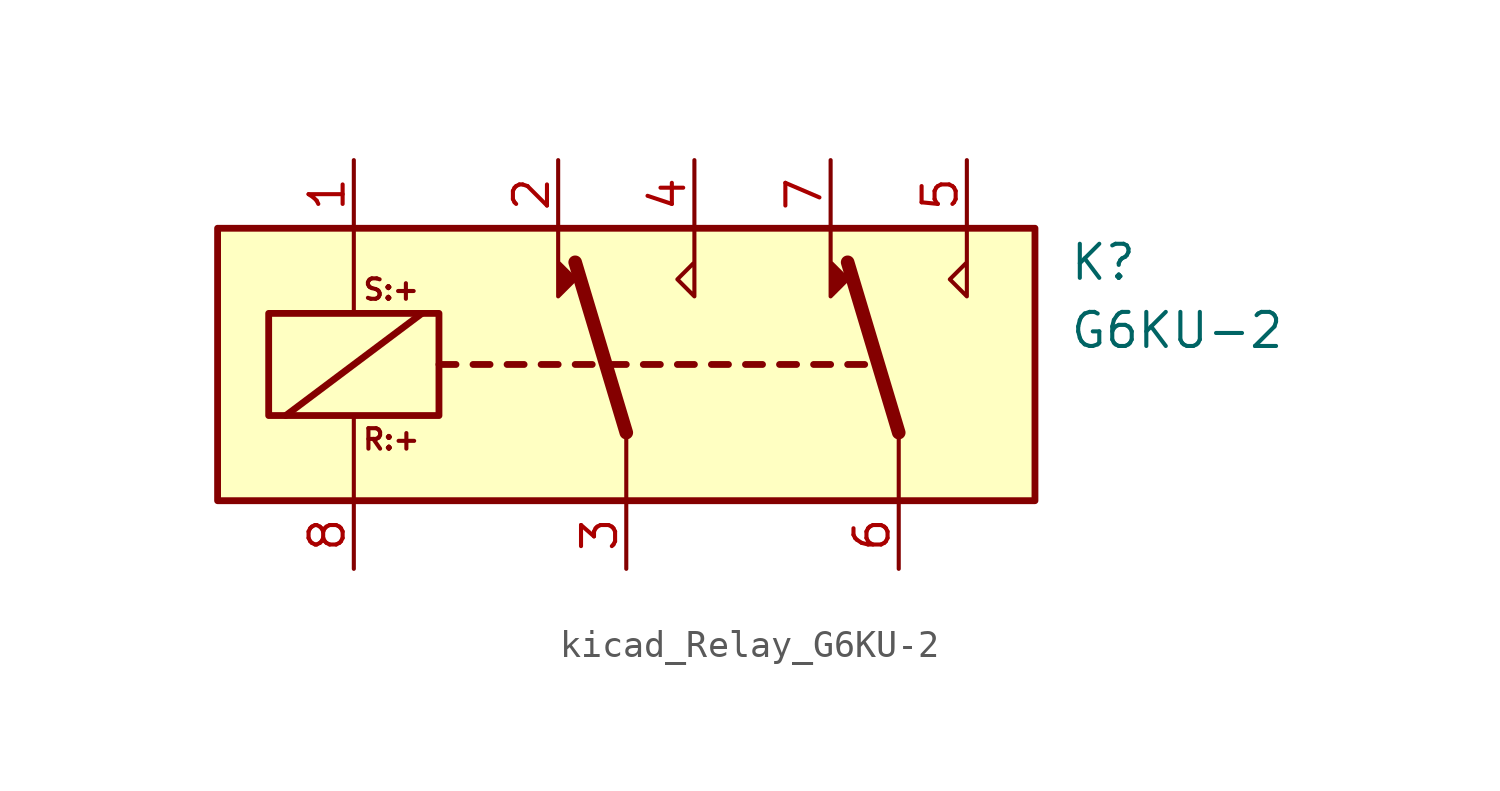
<source format=kicad_sym>
(kicad_symbol_lib
  (version 20220914)
  (generator kicad_symbol_editor)
  (symbol "kicad_Relay_G6KU-2"
    (property "Reference" "K"
      (at 16.51 3.81 0)
      (effects (font (size 1.27 1.27)) (justify left)))
    (property "Value" "G6KU-2"
      (at 16.51 1.27 0)
      (effects (font (size 1.27 1.27)) (justify left)))
    (symbol "kicad_Relay_G6KU-2_0_0"
      (text "R:+" (at -8.763 -2.794 0) (effects (font (size 0.762 0.762))))
      (text "S:+" (at -8.763 2.794 0) (effects (font (size 0.762 0.762)))))
    (symbol "kicad_Relay_G6KU-2_0_1"
      (rectangle (start -15.24 5.08) (end 15.24 -5.08) (stroke (width 0.254) (type default)) (fill (type background)))
      (rectangle (start -13.335 1.905) (end -6.985 -1.905) (stroke (width 0.254) (type default)) (fill (type none)))
      (polyline (pts (xy -12.7 -1.905) (xy -7.62 1.905)) (stroke (width 0.254) (type default)) (fill (type none)))
      (polyline (pts (xy -10.16 -5.08) (xy -10.16 -1.905)) (stroke (width 0) (type default)) (fill (type none)))
      (polyline (pts (xy -10.16 5.08) (xy -10.16 1.905)) (stroke (width 0) (type default)) (fill (type none)))
      (polyline (pts (xy -6.985 0) (xy -6.35 0)) (stroke (width 0.254) (type default)) (fill (type none)))
      (polyline (pts (xy -5.715 0) (xy -5.08 0)) (stroke (width 0.254) (type default)) (fill (type none)))
      (polyline (pts (xy -4.445 0) (xy -3.81 0)) (stroke (width 0.254) (type default)) (fill (type none)))
      (polyline (pts (xy -3.175 0) (xy -2.54 0)) (stroke (width 0.254) (type default)) (fill (type none)))
      (polyline (pts (xy -1.905 0) (xy -1.27 0)) (stroke (width 0.254) (type default)) (fill (type none)))
      (polyline (pts (xy -0.635 0) (xy 0 0)) (stroke (width 0.254) (type default)) (fill (type none)))
      (polyline (pts (xy 0 -2.54) (xy -1.905 3.81)) (stroke (width 0.508) (type default)) (fill (type none)))
      (polyline (pts (xy 0 -2.54) (xy 0 -5.08)) (stroke (width 0) (type default)) (fill (type none)))
      (polyline (pts (xy 0.635 0) (xy 1.27 0)) (stroke (width 0.254) (type default)) (fill (type none)))
      (polyline (pts (xy 1.905 0) (xy 2.54 0)) (stroke (width 0.254) (type default)) (fill (type none)))
      (polyline (pts (xy 3.175 0) (xy 3.81 0)) (stroke (width 0.254) (type default)) (fill (type none)))
      (polyline (pts (xy 4.445 0) (xy 5.08 0)) (stroke (width 0.254) (type default)) (fill (type none)))
      (polyline (pts (xy 5.715 0) (xy 6.35 0)) (stroke (width 0.254) (type default)) (fill (type none)))
      (polyline (pts (xy 6.985 0) (xy 7.62 0)) (stroke (width 0.254) (type default)) (fill (type none)))
      (polyline (pts (xy 8.255 0) (xy 8.89 0)) (stroke (width 0.254) (type default)) (fill (type none)))
      (polyline (pts (xy 10.16 -2.54) (xy 8.255 3.81)) (stroke (width 0.508) (type default)) (fill (type none)))
      (polyline (pts (xy 10.16 -2.54) (xy 10.16 -5.08)) (stroke (width 0) (type default)) (fill (type none)))
      (polyline (pts (xy -2.54 5.08) (xy -2.54 2.54) (xy -1.905 3.175) (xy -2.54 3.81)) (stroke (width 0) (type default)) (fill (type outline)))
      (polyline (pts (xy 2.54 5.08) (xy 2.54 2.54) (xy 1.905 3.175) (xy 2.54 3.81)) (stroke (width 0) (type default)) (fill (type none)))
      (polyline (pts (xy 7.62 5.08) (xy 7.62 2.54) (xy 8.255 3.175) (xy 7.62 3.81)) (stroke (width 0) (type default)) (fill (type outline)))
      (polyline (pts (xy 12.7 5.08) (xy 12.7 2.54) (xy 12.065 3.175) (xy 12.7 3.81)) (stroke (width 0) (type default)) (fill (type none))))
    (symbol "kicad_Relay_G6KU-2_1_1"
      (pin passive line (at -10.16 7.62 270) (length 2.54) (name "~" (effects (font (size 1.27 1.27)))) (number "1" (effects (font (size 1.27 1.27)))))
      (pin passive line (at -2.54 7.62 270) (length 2.54) (name "~" (effects (font (size 1.27 1.27)))) (number "2" (effects (font (size 1.27 1.27)))))
      (pin passive line (at 0 -7.62 90) (length 2.54) (name "~" (effects (font (size 1.27 1.27)))) (number "3" (effects (font (size 1.27 1.27)))))
      (pin passive line (at 2.54 7.62 270) (length 2.54) (name "~" (effects (font (size 1.27 1.27)))) (number "4" (effects (font (size 1.27 1.27)))))
      (pin passive line (at 12.7 7.62 270) (length 2.54) (name "~" (effects (font (size 1.27 1.27)))) (number "5" (effects (font (size 1.27 1.27)))))
      (pin passive line (at 10.16 -7.62 90) (length 2.54) (name "~" (effects (font (size 1.27 1.27)))) (number "6" (effects (font (size 1.27 1.27)))))
      (pin passive line (at 7.62 7.62 270) (length 2.54) (name "~" (effects (font (size 1.27 1.27)))) (number "7" (effects (font (size 1.27 1.27)))))
      (pin passive line (at -10.16 -7.62 90) (length 2.54) (name "~" (effects (font (size 1.27 1.27)))) (number "8" (effects (font (size 1.27 1.27))))))))
</source>
